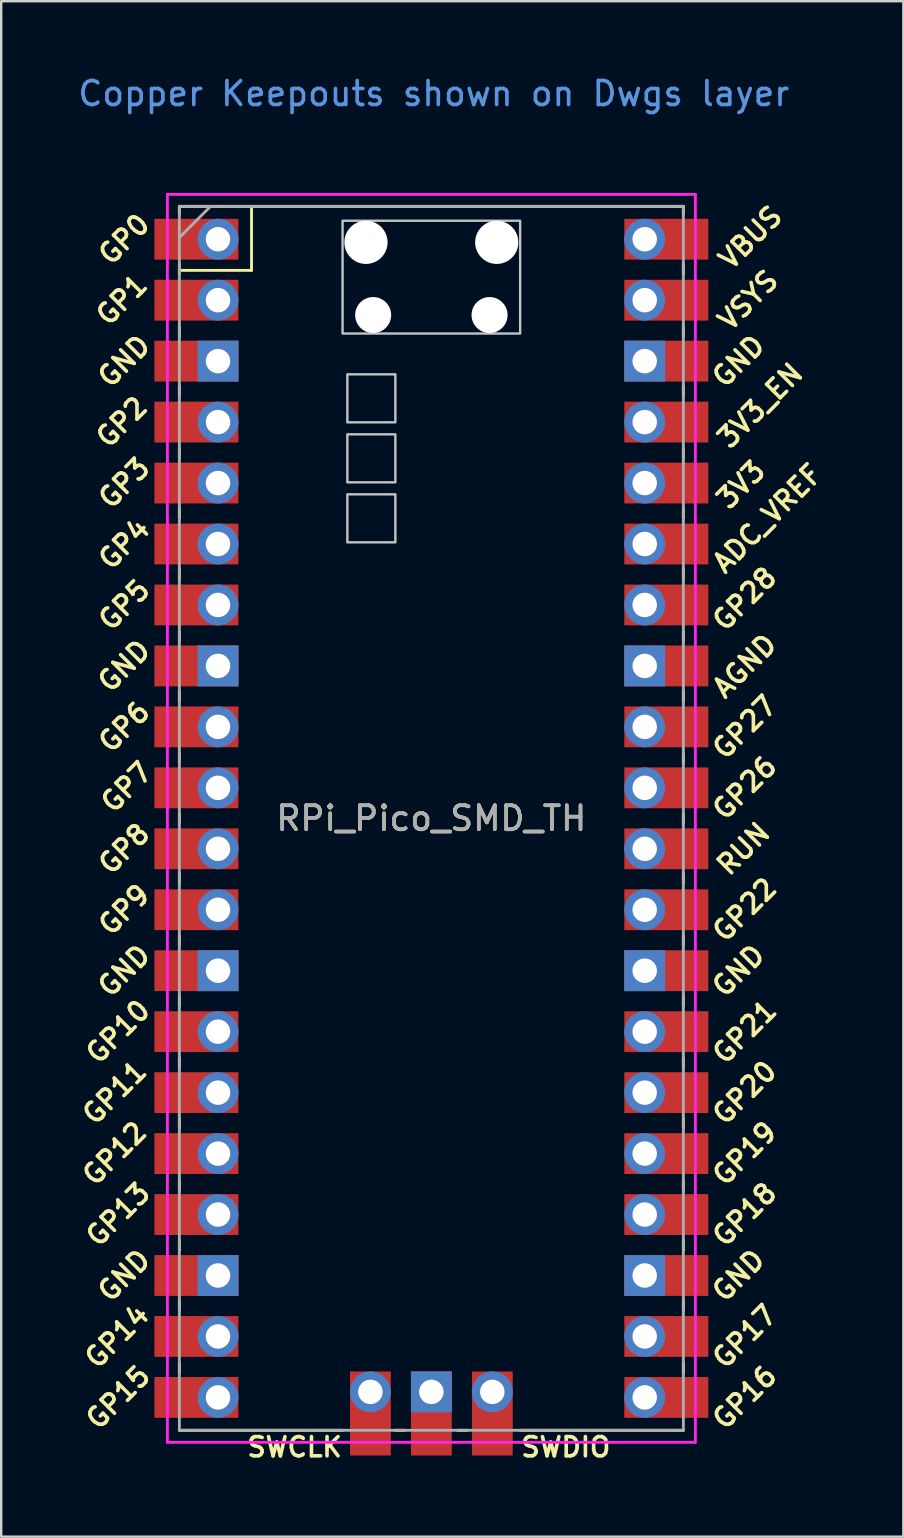
<source format=kicad_pcb>
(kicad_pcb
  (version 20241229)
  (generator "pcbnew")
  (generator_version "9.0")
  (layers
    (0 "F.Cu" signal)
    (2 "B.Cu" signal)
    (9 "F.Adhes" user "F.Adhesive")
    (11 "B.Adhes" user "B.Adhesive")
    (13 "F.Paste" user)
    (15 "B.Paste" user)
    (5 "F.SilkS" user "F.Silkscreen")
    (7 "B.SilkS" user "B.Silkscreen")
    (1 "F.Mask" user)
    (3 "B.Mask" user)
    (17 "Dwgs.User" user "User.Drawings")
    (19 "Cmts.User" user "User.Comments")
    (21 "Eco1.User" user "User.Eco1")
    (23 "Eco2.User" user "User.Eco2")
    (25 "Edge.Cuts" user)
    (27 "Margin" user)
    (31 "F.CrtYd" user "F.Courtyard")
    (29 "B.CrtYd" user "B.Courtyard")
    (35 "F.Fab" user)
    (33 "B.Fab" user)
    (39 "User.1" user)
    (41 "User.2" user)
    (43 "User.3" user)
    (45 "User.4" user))
  (footprint "RPi_Pico_SMD_TH"
    (layer "F.Cu")
    (at 14.924 31.048)
    (property "Reference" "RPi_Pico_SMD_TH" (at 0 0 0) (layer "F.SilkS") (effects (font (size 1 1) (thickness 0.15))))
    (attr through_hole)
    (fp_line (start -10.5 -25.5) (end -10.5 -25.2) (stroke (width 0.12) (type solid)) (layer "F.SilkS"))
    (fp_line (start -10.5 -25.5) (end 10.5 -25.5) (stroke (width 0.12) (type solid)) (layer "F.SilkS"))
    (fp_line (start -10.5 -23.1) (end -10.5 -22.7) (stroke (width 0.12) (type solid)) (layer "F.SilkS"))
    (fp_line (start -10.5 -22.833) (end -7.493 -22.833) (stroke (width 0.12) (type solid)) (layer "F.SilkS"))
    (fp_line (start -10.5 -20.5) (end -10.5 -20.1) (stroke (width 0.12) (type solid)) (layer "F.SilkS"))
    (fp_line (start -10.5 -18) (end -10.5 -17.6) (stroke (width 0.12) (type solid)) (layer "F.SilkS"))
    (fp_line (start -10.5 -15.4) (end -10.5 -15) (stroke (width 0.12) (type solid)) (layer "F.SilkS"))
    (fp_line (start -10.5 -12.9) (end -10.5 -12.5) (stroke (width 0.12) (type solid)) (layer "F.SilkS"))
    (fp_line (start -10.5 -10.4) (end -10.5 -10) (stroke (width 0.12) (type solid)) (layer "F.SilkS"))
    (fp_line (start -10.5 -7.8) (end -10.5 -7.4) (stroke (width 0.12) (type solid)) (layer "F.SilkS"))
    (fp_line (start -10.5 -5.3) (end -10.5 -4.9) (stroke (width 0.12) (type solid)) (layer "F.SilkS"))
    (fp_line (start -10.5 -2.7) (end -10.5 -2.3) (stroke (width 0.12) (type solid)) (layer "F.SilkS"))
    (fp_line (start -10.5 -0.2) (end -10.5 0.2) (stroke (width 0.12) (type solid)) (layer "F.SilkS"))
    (fp_line (start -10.5 2.3) (end -10.5 2.7) (stroke (width 0.12) (type solid)) (layer "F.SilkS"))
    (fp_line (start -10.5 4.9) (end -10.5 5.3) (stroke (width 0.12) (type solid)) (layer "F.SilkS"))
    (fp_line (start -10.5 7.4) (end -10.5 7.8) (stroke (width 0.12) (type solid)) (layer "F.SilkS"))
    (fp_line (start -10.5 10) (end -10.5 10.4) (stroke (width 0.12) (type solid)) (layer "F.SilkS"))
    (fp_line (start -10.5 12.5) (end -10.5 12.9) (stroke (width 0.12) (type solid)) (layer "F.SilkS"))
    (fp_line (start -10.5 15.1) (end -10.5 15.5) (stroke (width 0.12) (type solid)) (layer "F.SilkS"))
    (fp_line (start -10.5 17.6) (end -10.5 18) (stroke (width 0.12) (type solid)) (layer "F.SilkS"))
    (fp_line (start -10.5 20.1) (end -10.5 20.5) (stroke (width 0.12) (type solid)) (layer "F.SilkS"))
    (fp_line (start -10.5 22.7) (end -10.5 23.1) (stroke (width 0.12) (type solid)) (layer "F.SilkS"))
    (fp_line (start -7.493 -22.833) (end -7.493 -25.5) (stroke (width 0.12) (type solid)) (layer "F.SilkS"))
    (fp_line (start -3.7 25.5) (end -10.5 25.5) (stroke (width 0.12) (type solid)) (layer "F.SilkS"))
    (fp_line (start -1.5 25.5) (end -1.1 25.5) (stroke (width 0.12) (type solid)) (layer "F.SilkS"))
    (fp_line (start 1.1 25.5) (end 1.5 25.5) (stroke (width 0.12) (type solid)) (layer "F.SilkS"))
    (fp_line (start 10.5 -25.5) (end 10.5 -25.2) (stroke (width 0.12) (type solid)) (layer "F.SilkS"))
    (fp_line (start 10.5 -23.1) (end 10.5 -22.7) (stroke (width 0.12) (type solid)) (layer "F.SilkS"))
    (fp_line (start 10.5 -20.5) (end 10.5 -20.1) (stroke (width 0.12) (type solid)) (layer "F.SilkS"))
    (fp_line (start 10.5 -18) (end 10.5 -17.6) (stroke (width 0.12) (type solid)) (layer "F.SilkS"))
    (fp_line (start 10.5 -15.4) (end 10.5 -15) (stroke (width 0.12) (type solid)) (layer "F.SilkS"))
    (fp_line (start 10.5 -12.9) (end 10.5 -12.5) (stroke (width 0.12) (type solid)) (layer "F.SilkS"))
    (fp_line (start 10.5 -10.4) (end 10.5 -10) (stroke (width 0.12) (type solid)) (layer "F.SilkS"))
    (fp_line (start 10.5 -7.8) (end 10.5 -7.4) (stroke (width 0.12) (type solid)) (layer "F.SilkS"))
    (fp_line (start 10.5 -5.3) (end 10.5 -4.9) (stroke (width 0.12) (type solid)) (layer "F.SilkS"))
    (fp_line (start 10.5 -2.7) (end 10.5 -2.3) (stroke (width 0.12) (type solid)) (layer "F.SilkS"))
    (fp_line (start 10.5 -0.2) (end 10.5 0.2) (stroke (width 0.12) (type solid)) (layer "F.SilkS"))
    (fp_line (start 10.5 2.3) (end 10.5 2.7) (stroke (width 0.12) (type solid)) (layer "F.SilkS"))
    (fp_line (start 10.5 4.9) (end 10.5 5.3) (stroke (width 0.12) (type solid)) (layer "F.SilkS"))
    (fp_line (start 10.5 7.4) (end 10.5 7.8) (stroke (width 0.12) (type solid)) (layer "F.SilkS"))
    (fp_line (start 10.5 10) (end 10.5 10.4) (stroke (width 0.12) (type solid)) (layer "F.SilkS"))
    (fp_line (start 10.5 12.5) (end 10.5 12.9) (stroke (width 0.12) (type solid)) (layer "F.SilkS"))
    (fp_line (start 10.5 15.1) (end 10.5 15.5) (stroke (width 0.12) (type solid)) (layer "F.SilkS"))
    (fp_line (start 10.5 17.6) (end 10.5 18) (stroke (width 0.12) (type solid)) (layer "F.SilkS"))
    (fp_line (start 10.5 20.1) (end 10.5 20.5) (stroke (width 0.12) (type solid)) (layer "F.SilkS"))
    (fp_line (start 10.5 22.7) (end 10.5 23.1) (stroke (width 0.12) (type solid)) (layer "F.SilkS"))
    (fp_line (start 10.5 25.5) (end 3.7 25.5) (stroke (width 0.12) (type solid)) (layer "F.SilkS"))
    (fp_poly (pts (xy -1.5 -16.5) (xy -3.5 -16.5) (xy -3.5 -18.5) (xy -1.5 -18.5)) (stroke (width 0.1) (type solid)) (fill no) (layer "Dwgs.User"))
    (fp_poly (pts (xy -1.5 -14) (xy -3.5 -14) (xy -3.5 -16) (xy -1.5 -16)) (stroke (width 0.1) (type solid)) (fill no) (layer "Dwgs.User"))
    (fp_poly (pts (xy -1.5 -11.5) (xy -3.5 -11.5) (xy -3.5 -13.5) (xy -1.5 -13.5)) (stroke (width 0.1) (type solid)) (fill no) (layer "Dwgs.User"))
    (fp_poly (pts (xy 3.7 -20.2) (xy -3.7 -20.2) (xy -3.7 -24.9) (xy 3.7 -24.9)) (stroke (width 0.1) (type solid)) (fill no) (layer "Dwgs.User"))
    (fp_line (start -11 -26) (end 11 -26) (stroke (width 0.12) (type solid)) (layer "F.CrtYd"))
    (fp_line (start -11 26) (end -11 -26) (stroke (width 0.12) (type solid)) (layer "F.CrtYd"))
    (fp_line (start 11 -26) (end 11 26) (stroke (width 0.12) (type solid)) (layer "F.CrtYd"))
    (fp_line (start 11 26) (end -11 26) (stroke (width 0.12) (type solid)) (layer "F.CrtYd"))
    (fp_line (start -10.5 -25.5) (end 10.5 -25.5) (stroke (width 0.12) (type solid)) (layer "F.Fab"))
    (fp_line (start -10.5 -24.2) (end -9.2 -25.5) (stroke (width 0.12) (type solid)) (layer "F.Fab"))
    (fp_line (start -10.5 25.5) (end -10.5 -25.5) (stroke (width 0.12) (type solid)) (layer "F.Fab"))
    (fp_line (start 10.5 -25.5) (end 10.5 25.5) (stroke (width 0.12) (type solid)) (layer "F.Fab"))
    (fp_line (start 10.5 25.5) (end -10.5 25.5) (stroke (width 0.12) (type solid)) (layer "F.Fab"))
    (fp_text user "GP20" (at 13.054 11.43 45) (layer "F.SilkS") (effects (font (size 0.8 0.8) (thickness 0.15))))
    (fp_text user "GP6" (at -12.8 -3.81 45) (layer "F.SilkS") (effects (font (size 0.8 0.8) (thickness 0.15))))
    (fp_text user "GP1" (at -12.9 -21.6 45) (layer "F.SilkS") (effects (font (size 0.8 0.8) (thickness 0.15))))
    (fp_text user "GP5" (at -12.8 -8.89 45) (layer "F.SilkS") (effects (font (size 0.8 0.8) (thickness 0.15))))
    (fp_text user "GND" (at -12.8 19.05 45) (layer "F.SilkS") (effects (font (size 0.8 0.8) (thickness 0.15))))
    (fp_text user "GP27" (at 13.054 -3.8 45) (layer "F.SilkS") (effects (font (size 0.8 0.8) (thickness 0.15))))
    (fp_text user "GND" (at 12.8 19.05 45) (layer "F.SilkS") (effects (font (size 0.8 0.8) (thickness 0.15))))
    (fp_text user "GP22" (at 13.054 3.81 45) (layer "F.SilkS") (effects (font (size 0.8 0.8) (thickness 0.15))))
    (fp_text user "GP4" (at -12.8 -11.43 45) (layer "F.SilkS") (effects (font (size 0.8 0.8) (thickness 0.15))))
    (fp_text user "GP12" (at -13.2 13.97 45) (layer "F.SilkS") (effects (font (size 0.8 0.8) (thickness 0.15))))
    (fp_text user "GP21" (at 13.054 8.9 45) (layer "F.SilkS") (effects (font (size 0.8 0.8) (thickness 0.15))))
    (fp_text user "GP17" (at 13.054 21.59 45) (layer "F.SilkS") (effects (font (size 0.8 0.8) (thickness 0.15))))
    (fp_text user "GP13" (at -13.054 16.51 45) (layer "F.SilkS") (effects (font (size 0.8 0.8) (thickness 0.15))))
    (fp_text user "GP0" (at -12.8 -24.13 45) (layer "F.SilkS") (effects (font (size 0.8 0.8) (thickness 0.15))))
    (fp_text user "SWCLK" (at -5.7 26.2 0) (layer "F.SilkS") (effects (font (size 0.8 0.8) (thickness 0.15))))
    (fp_text user "GP7" (at -12.7 -1.3 45) (layer "F.SilkS") (effects (font (size 0.8 0.8) (thickness 0.15))))
    (fp_text user "GND" (at 12.8 -19.05 45) (layer "F.SilkS") (effects (font (size 0.8 0.8) (thickness 0.15))))
    (fp_text user "GP14" (at -13.1 21.59 45) (layer "F.SilkS") (effects (font (size 0.8 0.8) (thickness 0.15))))
    (fp_text user "VSYS" (at 13.2 -21.59 45) (layer "F.SilkS") (effects (font (size 0.8 0.8) (thickness 0.15))))
    (fp_text user "SWDIO" (at 5.6 26.2 0) (layer "F.SilkS") (effects (font (size 0.8 0.8) (thickness 0.15))))
    (fp_text user "RUN" (at 13 1.27 45) (layer "F.SilkS") (effects (font (size 0.8 0.8) (thickness 0.15))))
    (fp_text user "3V3_EN" (at 13.7 -17.2 45) (layer "F.SilkS") (effects (font (size 0.8 0.8) (thickness 0.15))))
    (fp_text user "ADC_VREF" (at 14 -12.5 45) (layer "F.SilkS") (effects (font (size 0.8 0.8) (thickness 0.15))))
    (fp_text user "GND" (at -12.8 6.35 45) (layer "F.SilkS") (effects (font (size 0.8 0.8) (thickness 0.15))))
    (fp_text user "GP11" (at -13.2 11.43 45) (layer "F.SilkS") (effects (font (size 0.8 0.8) (thickness 0.15))))
    (fp_text user "GND" (at 12.8 6.35 45) (layer "F.SilkS") (effects (font (size 0.8 0.8) (thickness 0.15))))
    (fp_text user "GND" (at -12.8 -19.05 45) (layer "F.SilkS") (effects (font (size 0.8 0.8) (thickness 0.15))))
    (fp_text user "GP2" (at -12.9 -16.51 45) (layer "F.SilkS") (effects (font (size 0.8 0.8) (thickness 0.15))))
    (fp_text user "GP16" (at 13.054 24.13 45) (layer "F.SilkS") (effects (font (size 0.8 0.8) (thickness 0.15))))
    (fp_text user "GP9" (at -12.8 3.81 45) (layer "F.SilkS") (effects (font (size 0.8 0.8) (thickness 0.15))))
    (fp_text user "GP15" (at -13.054 24.13 45) (layer "F.SilkS") (effects (font (size 0.8 0.8) (thickness 0.15))))
    (fp_text user "VBUS" (at 13.3 -24.2 45) (layer "F.SilkS") (effects (font (size 0.8 0.8) (thickness 0.15))))
    (fp_text user "GND" (at -12.8 -6.35 45) (layer "F.SilkS") (effects (font (size 0.8 0.8) (thickness 0.15))))
    (fp_text user "GP19" (at 13.054 13.97 45) (layer "F.SilkS") (effects (font (size 0.8 0.8) (thickness 0.15))))
    (fp_text user "GP18" (at 13.054 16.51 45) (layer "F.SilkS") (effects (font (size 0.8 0.8) (thickness 0.15))))
    (fp_text user "GP3" (at -12.8 -13.97 45) (layer "F.SilkS") (effects (font (size 0.8 0.8) (thickness 0.15))))
    (fp_text user "AGND" (at 13.054 -6.35 45) (layer "F.SilkS") (effects (font (size 0.8 0.8) (thickness 0.15))))
    (fp_text user "GP26" (at 13.054 -1.27 45) (layer "F.SilkS") (effects (font (size 0.8 0.8) (thickness 0.15))))
    (fp_text user "3V3" (at 12.9 -13.9 45) (layer "F.SilkS") (effects (font (size 0.8 0.8) (thickness 0.15))))
    (fp_text user "GP8" (at -12.8 1.27 45) (layer "F.SilkS") (effects (font (size 0.8 0.8) (thickness 0.15))))
    (fp_text user "GP10" (at -13.054 8.89 45) (layer "F.SilkS") (effects (font (size 0.8 0.8) (thickness 0.15))))
    (fp_text user "GP28" (at 13.054 -9.144 45) (layer "F.SilkS") (effects (font (size 0.8 0.8) (thickness 0.15))))
    (fp_text user "Copper Keepouts shown on Dwgs layer" (at 0.1 -30.2 0) (layer "Cmts.User") (effects (font (size 1 1) (thickness 0.15))))
    (fp_text user "${REFERENCE}" (at 0 0 180) (layer "F.Fab") (effects (font (size 1 1) (thickness 0.15))))
    (pad "" np_thru_hole oval (at -2.725 -24) (size 1.8 1.8) (drill 1.8) (layers "*.Cu" "*.Mask"))
    (pad "" np_thru_hole oval (at -2.425 -20.97) (size 1.5 1.5) (drill 1.5) (layers "*.Cu" "*.Mask"))
    (pad "" np_thru_hole oval (at 2.425 -20.97) (size 1.5 1.5) (drill 1.5) (layers "*.Cu" "*.Mask"))
    (pad "" np_thru_hole oval (at 2.725 -24) (size 1.8 1.8) (drill 1.8) (layers "*.Cu" "*.Mask"))
    (pad "1" thru_hole oval (at -8.89 -24.13) (size 1.7 1.7) (drill 1.02) (layers "*.Cu" "*.Mask"))
    (pad "1" smd rect (at -8.89 -24.13) (size 3.5 1.7) (drill (offset -0.9 0)) (layers "F.Cu" "F.Mask"))
    (pad "2" thru_hole oval (at -8.89 -21.59) (size 1.7 1.7) (drill 1.02) (layers "*.Cu" "*.Mask"))
    (pad "2" smd rect (at -8.89 -21.59) (size 3.5 1.7) (drill (offset -0.9 0)) (layers "F.Cu" "F.Mask"))
    (pad "3" thru_hole rect (at -8.89 -19.05) (size 1.7 1.7) (drill 1.02) (layers "*.Cu" "*.Mask"))
    (pad "3" smd rect (at -8.89 -19.05) (size 3.5 1.7) (drill (offset -0.9 0)) (layers "F.Cu" "F.Mask"))
    (pad "4" thru_hole oval (at -8.89 -16.51) (size 1.7 1.7) (drill 1.02) (layers "*.Cu" "*.Mask"))
    (pad "4" smd rect (at -8.89 -16.51) (size 3.5 1.7) (drill (offset -0.9 0)) (layers "F.Cu" "F.Mask"))
    (pad "5" thru_hole oval (at -8.89 -13.97) (size 1.7 1.7) (drill 1.02) (layers "*.Cu" "*.Mask"))
    (pad "5" smd rect (at -8.89 -13.97) (size 3.5 1.7) (drill (offset -0.9 0)) (layers "F.Cu" "F.Mask"))
    (pad "6" thru_hole oval (at -8.89 -11.43) (size 1.7 1.7) (drill 1.02) (layers "*.Cu" "*.Mask"))
    (pad "6" smd rect (at -8.89 -11.43) (size 3.5 1.7) (drill (offset -0.9 0)) (layers "F.Cu" "F.Mask"))
    (pad "7" thru_hole oval (at -8.89 -8.89) (size 1.7 1.7) (drill 1.02) (layers "*.Cu" "*.Mask"))
    (pad "7" smd rect (at -8.89 -8.89) (size 3.5 1.7) (drill (offset -0.9 0)) (layers "F.Cu" "F.Mask"))
    (pad "8" thru_hole rect (at -8.89 -6.35) (size 1.7 1.7) (drill 1.02) (layers "*.Cu" "*.Mask"))
    (pad "8" smd rect (at -8.89 -6.35) (size 3.5 1.7) (drill (offset -0.9 0)) (layers "F.Cu" "F.Mask"))
    (pad "9" thru_hole oval (at -8.89 -3.81) (size 1.7 1.7) (drill 1.02) (layers "*.Cu" "*.Mask"))
    (pad "9" smd rect (at -8.89 -3.81) (size 3.5 1.7) (drill (offset -0.9 0)) (layers "F.Cu" "F.Mask"))
    (pad "10" thru_hole oval (at -8.89 -1.27) (size 1.7 1.7) (drill 1.02) (layers "*.Cu" "*.Mask"))
    (pad "10" smd rect (at -8.89 -1.27) (size 3.5 1.7) (drill (offset -0.9 0)) (layers "F.Cu" "F.Mask"))
    (pad "11" thru_hole oval (at -8.89 1.27) (size 1.7 1.7) (drill 1.02) (layers "*.Cu" "*.Mask"))
    (pad "11" smd rect (at -8.89 1.27) (size 3.5 1.7) (drill (offset -0.9 0)) (layers "F.Cu" "F.Mask"))
    (pad "12" thru_hole oval (at -8.89 3.81) (size 1.7 1.7) (drill 1.02) (layers "*.Cu" "*.Mask"))
    (pad "12" smd rect (at -8.89 3.81) (size 3.5 1.7) (drill (offset -0.9 0)) (layers "F.Cu" "F.Mask"))
    (pad "13" thru_hole rect (at -8.89 6.35) (size 1.7 1.7) (drill 1.02) (layers "*.Cu" "*.Mask"))
    (pad "13" smd rect (at -8.89 6.35) (size 3.5 1.7) (drill (offset -0.9 0)) (layers "F.Cu" "F.Mask"))
    (pad "14" thru_hole oval (at -8.89 8.89) (size 1.7 1.7) (drill 1.02) (layers "*.Cu" "*.Mask"))
    (pad "14" smd rect (at -8.89 8.89) (size 3.5 1.7) (drill (offset -0.9 0)) (layers "F.Cu" "F.Mask"))
    (pad "15" thru_hole oval (at -8.89 11.43) (size 1.7 1.7) (drill 1.02) (layers "*.Cu" "*.Mask"))
    (pad "15" smd rect (at -8.89 11.43) (size 3.5 1.7) (drill (offset -0.9 0)) (layers "F.Cu" "F.Mask"))
    (pad "16" thru_hole oval (at -8.89 13.97) (size 1.7 1.7) (drill 1.02) (layers "*.Cu" "*.Mask"))
    (pad "16" smd rect (at -8.89 13.97) (size 3.5 1.7) (drill (offset -0.9 0)) (layers "F.Cu" "F.Mask"))
    (pad "17" thru_hole oval (at -8.89 16.51) (size 1.7 1.7) (drill 1.02) (layers "*.Cu" "*.Mask"))
    (pad "17" smd rect (at -8.89 16.51) (size 3.5 1.7) (drill (offset -0.9 0)) (layers "F.Cu" "F.Mask"))
    (pad "18" thru_hole rect (at -8.89 19.05) (size 1.7 1.7) (drill 1.02) (layers "*.Cu" "*.Mask"))
    (pad "18" smd rect (at -8.89 19.05) (size 3.5 1.7) (drill (offset -0.9 0)) (layers "F.Cu" "F.Mask"))
    (pad "19" thru_hole oval (at -8.89 21.59) (size 1.7 1.7) (drill 1.02) (layers "*.Cu" "*.Mask"))
    (pad "19" smd rect (at -8.89 21.59) (size 3.5 1.7) (drill (offset -0.9 0)) (layers "F.Cu" "F.Mask"))
    (pad "20" thru_hole oval (at -8.89 24.13) (size 1.7 1.7) (drill 1.02) (layers "*.Cu" "*.Mask"))
    (pad "20" smd rect (at -8.89 24.13) (size 3.5 1.7) (drill (offset -0.9 0)) (layers "F.Cu" "F.Mask"))
    (pad "21" thru_hole oval (at 8.89 24.13) (size 1.7 1.7) (drill 1.02) (layers "*.Cu" "*.Mask"))
    (pad "21" smd rect (at 8.89 24.13) (size 3.5 1.7) (drill (offset 0.9 0)) (layers "F.Cu" "F.Mask"))
    (pad "22" thru_hole oval (at 8.89 21.59) (size 1.7 1.7) (drill 1.02) (layers "*.Cu" "*.Mask"))
    (pad "22" smd rect (at 8.89 21.59) (size 3.5 1.7) (drill (offset 0.9 0)) (layers "F.Cu" "F.Mask"))
    (pad "23" thru_hole rect (at 8.89 19.05) (size 1.7 1.7) (drill 1.02) (layers "*.Cu" "*.Mask"))
    (pad "23" smd rect (at 8.89 19.05) (size 3.5 1.7) (drill (offset 0.9 0)) (layers "F.Cu" "F.Mask"))
    (pad "24" thru_hole oval (at 8.89 16.51) (size 1.7 1.7) (drill 1.02) (layers "*.Cu" "*.Mask"))
    (pad "24" smd rect (at 8.89 16.51) (size 3.5 1.7) (drill (offset 0.9 0)) (layers "F.Cu" "F.Mask"))
    (pad "25" thru_hole oval (at 8.89 13.97) (size 1.7 1.7) (drill 1.02) (layers "*.Cu" "*.Mask"))
    (pad "25" smd rect (at 8.89 13.97) (size 3.5 1.7) (drill (offset 0.9 0)) (layers "F.Cu" "F.Mask"))
    (pad "26" thru_hole oval (at 8.89 11.43) (size 1.7 1.7) (drill 1.02) (layers "*.Cu" "*.Mask"))
    (pad "26" smd rect (at 8.89 11.43) (size 3.5 1.7) (drill (offset 0.9 0)) (layers "F.Cu" "F.Mask"))
    (pad "27" thru_hole oval (at 8.89 8.89) (size 1.7 1.7) (drill 1.02) (layers "*.Cu" "*.Mask"))
    (pad "27" smd rect (at 8.89 8.89) (size 3.5 1.7) (drill (offset 0.9 0)) (layers "F.Cu" "F.Mask"))
    (pad "28" thru_hole rect (at 8.89 6.35) (size 1.7 1.7) (drill 1.02) (layers "*.Cu" "*.Mask"))
    (pad "28" smd rect (at 8.89 6.35) (size 3.5 1.7) (drill (offset 0.9 0)) (layers "F.Cu" "F.Mask"))
    (pad "29" thru_hole oval (at 8.89 3.81) (size 1.7 1.7) (drill 1.02) (layers "*.Cu" "*.Mask"))
    (pad "29" smd rect (at 8.89 3.81) (size 3.5 1.7) (drill (offset 0.9 0)) (layers "F.Cu" "F.Mask"))
    (pad "30" thru_hole oval (at 8.89 1.27) (size 1.7 1.7) (drill 1.02) (layers "*.Cu" "*.Mask"))
    (pad "30" smd rect (at 8.89 1.27) (size 3.5 1.7) (drill (offset 0.9 0)) (layers "F.Cu" "F.Mask"))
    (pad "31" thru_hole oval (at 8.89 -1.27) (size 1.7 1.7) (drill 1.02) (layers "*.Cu" "*.Mask"))
    (pad "31" smd rect (at 8.89 -1.27) (size 3.5 1.7) (drill (offset 0.9 0)) (layers "F.Cu" "F.Mask"))
    (pad "32" thru_hole oval (at 8.89 -3.81) (size 1.7 1.7) (drill 1.02) (layers "*.Cu" "*.Mask"))
    (pad "32" smd rect (at 8.89 -3.81) (size 3.5 1.7) (drill (offset 0.9 0)) (layers "F.Cu" "F.Mask"))
    (pad "33" thru_hole rect (at 8.89 -6.35) (size 1.7 1.7) (drill 1.02) (layers "*.Cu" "*.Mask"))
    (pad "33" smd rect (at 8.89 -6.35) (size 3.5 1.7) (drill (offset 0.9 0)) (layers "F.Cu" "F.Mask"))
    (pad "34" thru_hole oval (at 8.89 -8.89) (size 1.7 1.7) (drill 1.02) (layers "*.Cu" "*.Mask"))
    (pad "34" smd rect (at 8.89 -8.89) (size 3.5 1.7) (drill (offset 0.9 0)) (layers "F.Cu" "F.Mask"))
    (pad "35" thru_hole oval (at 8.89 -11.43) (size 1.7 1.7) (drill 1.02) (layers "*.Cu" "*.Mask"))
    (pad "35" smd rect (at 8.89 -11.43) (size 3.5 1.7) (drill (offset 0.9 0)) (layers "F.Cu" "F.Mask"))
    (pad "36" thru_hole oval (at 8.89 -13.97) (size 1.7 1.7) (drill 1.02) (layers "*.Cu" "*.Mask"))
    (pad "36" smd rect (at 8.89 -13.97) (size 3.5 1.7) (drill (offset 0.9 0)) (layers "F.Cu" "F.Mask"))
    (pad "37" thru_hole oval (at 8.89 -16.51) (size 1.7 1.7) (drill 1.02) (layers "*.Cu" "*.Mask"))
    (pad "37" smd rect (at 8.89 -16.51) (size 3.5 1.7) (drill (offset 0.9 0)) (layers "F.Cu" "F.Mask"))
    (pad "38" thru_hole rect (at 8.89 -19.05) (size 1.7 1.7) (drill 1.02) (layers "*.Cu" "*.Mask"))
    (pad "38" smd rect (at 8.89 -19.05) (size 3.5 1.7) (drill (offset 0.9 0)) (layers "F.Cu" "F.Mask"))
    (pad "39" thru_hole oval (at 8.89 -21.59) (size 1.7 1.7) (drill 1.02) (layers "*.Cu" "*.Mask"))
    (pad "39" smd rect (at 8.89 -21.59) (size 3.5 1.7) (drill (offset 0.9 0)) (layers "F.Cu" "F.Mask"))
    (pad "40" thru_hole oval (at 8.89 -24.13) (size 1.7 1.7) (drill 1.02) (layers "*.Cu" "*.Mask"))
    (pad "40" smd rect (at 8.89 -24.13) (size 3.5 1.7) (drill (offset 0.9 0)) (layers "F.Cu" "F.Mask"))
    (pad "41" thru_hole oval (at -2.54 23.9) (size 1.7 1.7) (drill 1.02) (layers "*.Cu" "*.Mask"))
    (pad "41" smd rect (at -2.54 23.9 90) (size 3.5 1.7) (drill (offset -0.9 0)) (layers "F.Cu" "F.Mask"))
    (pad "42" thru_hole rect (at 0 23.9) (size 1.7 1.7) (drill 1.02) (layers "*.Cu" "*.Mask"))
    (pad "42" smd rect (at 0 23.9 90) (size 3.5 1.7) (drill (offset -0.9 0)) (layers "F.Cu" "F.Mask"))
    (pad "43" thru_hole oval (at 2.54 23.9) (size 1.7 1.7) (drill 1.02) (layers "*.Cu" "*.Mask"))
    (pad "43" smd rect (at 2.54 23.9 90) (size 3.5 1.7) (drill (offset -0.9 0)) (layers "F.Cu" "F.Mask")))
  (gr_rect
    (start -3 -3)
    (end 34.591 60.98)
    (stroke (width 0.1) (type default))
    (fill no)
    (layer "Edge.Cuts")))
</source>
